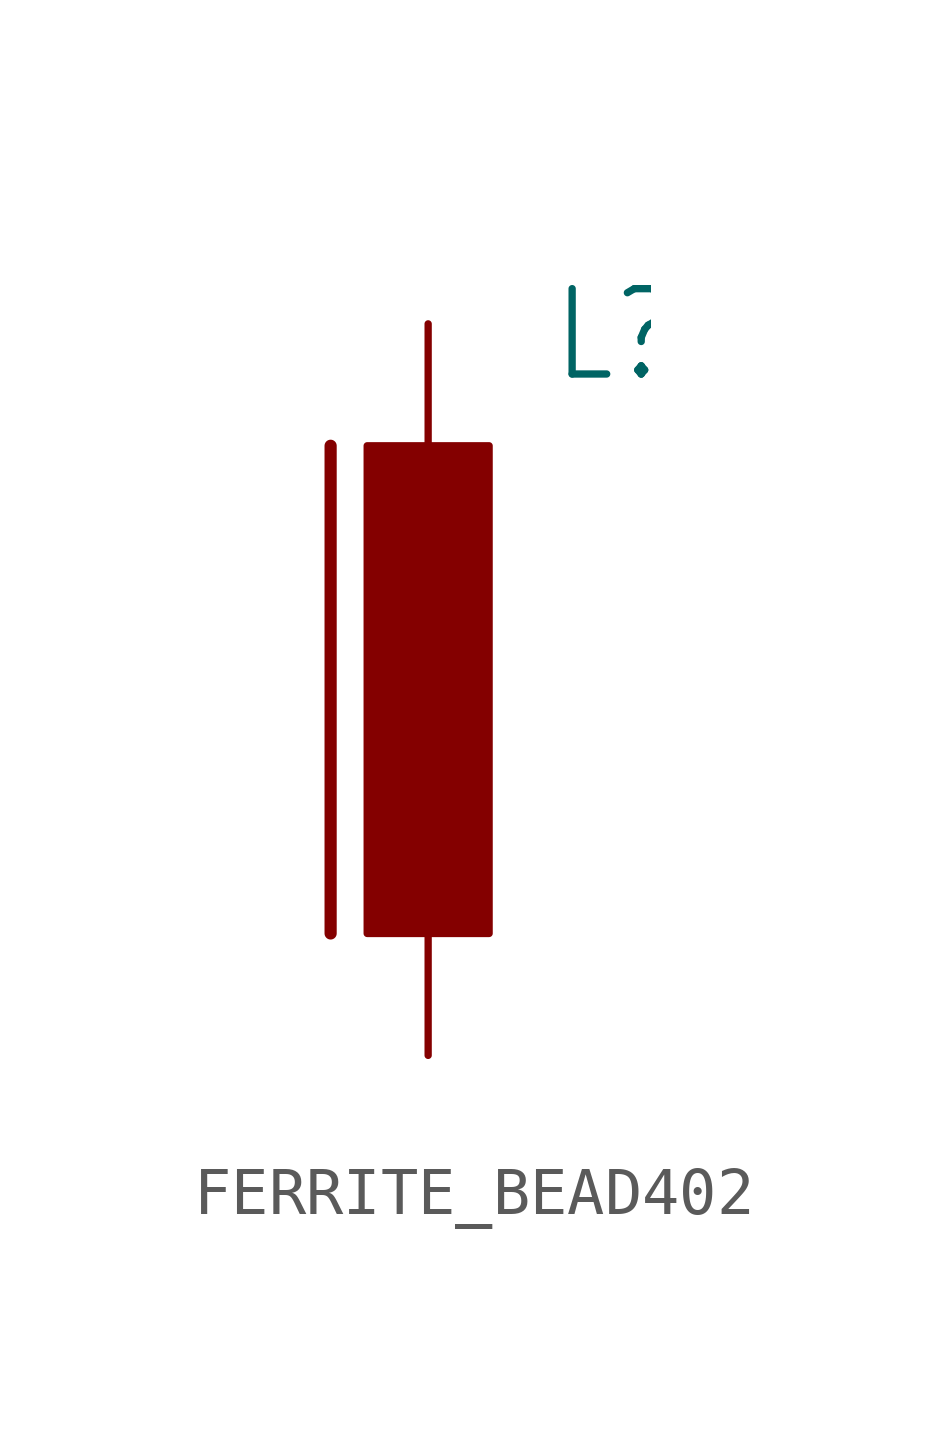
<source format=kicad_sym>
(kicad_symbol_lib
  (version 20220914)
  (generator kicad_symbol_editor)
  (symbol "FERRITE_BEAD402"
    (property "Reference" "L"
      (at 2.54 6.35 0)
      (effects (font (size 1.778 1.511)) (justify left bottom)))
    (property "Value" ""
      (at 2.54 -6.35 0)
      (effects (font (size 1.778 1.511)) (justify left bottom)))
    (property "ki_locked" ""
      (at 0 0 0)
      (effects (font (size 1.27 1.27))))
    (symbol "FERRITE_BEAD402_1_0"
      (rectangle (start -1.27 -5.08) (end 1.27 5.08) (stroke (width 0) (type default)) (fill (type outline)))
      (polyline (pts (xy -2.032 -5.08) (xy -2.032 5.08)) (stroke (width 0.254) (type solid)) (fill (type none)))
      (pin passive line (at 0 7.62 270) (length 2.54) (name "1" (effects (font (size 0 0)))) (number "1" (effects (font (size 0 0)))))
      (pin passive line (at 0 -7.62 90) (length 2.54) (name "2" (effects (font (size 0 0)))) (number "2" (effects (font (size 0 0))))))))
</source>
